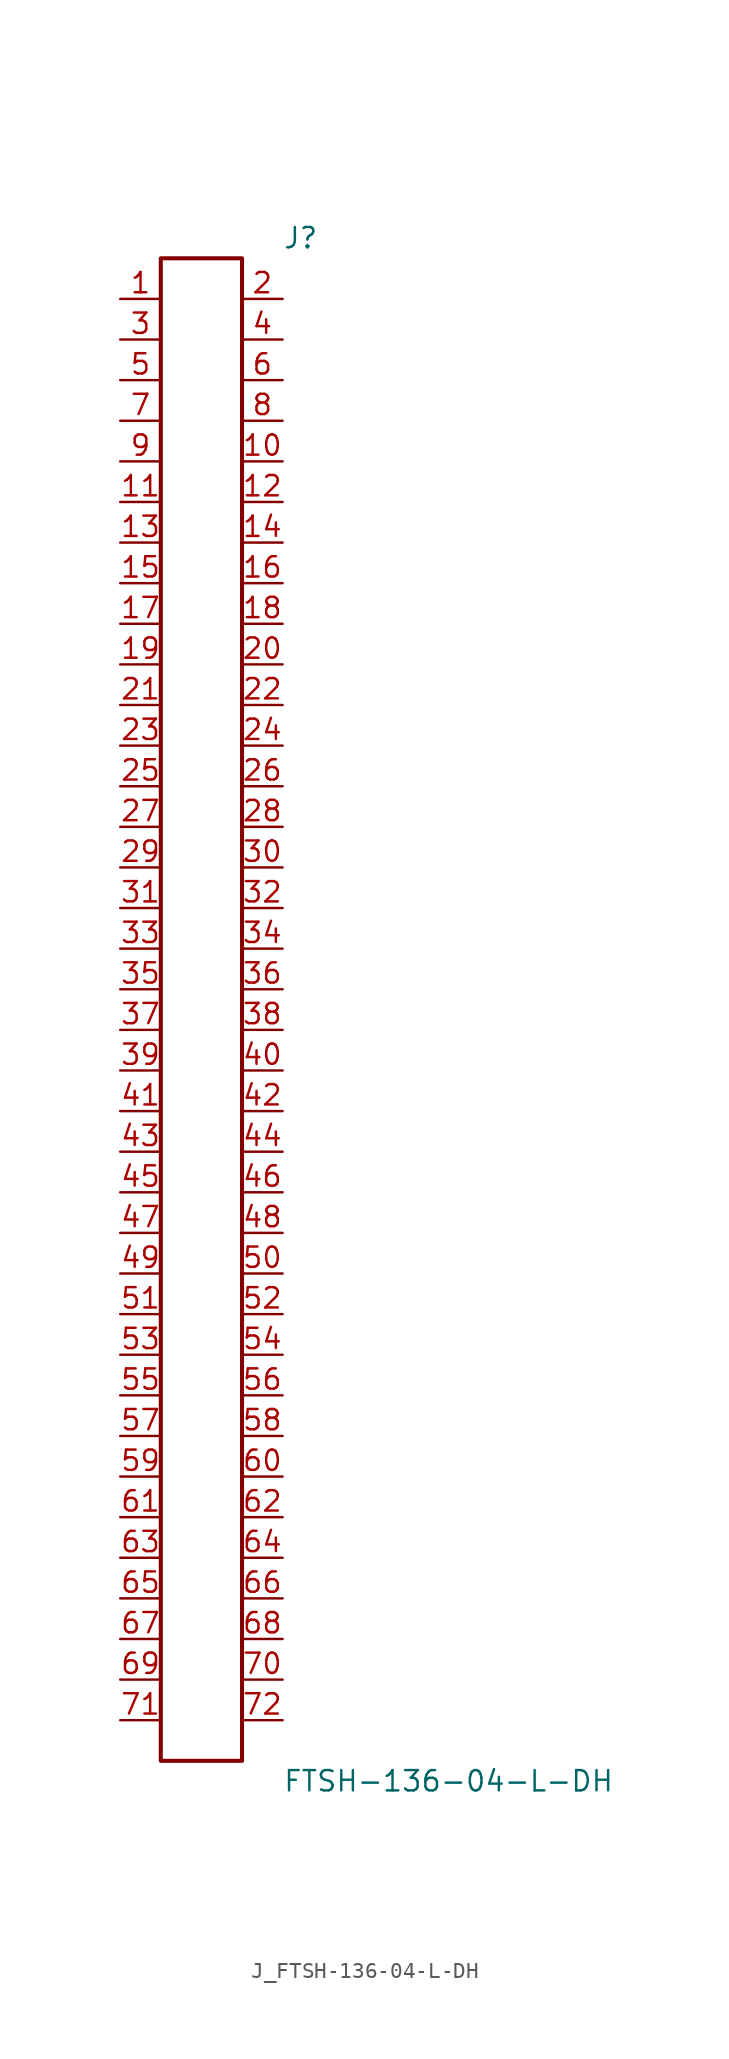
<source format=kicad_sym>
(kicad_symbol_lib
  (version 20231120)
  (generator kicad_symbol_editor)
  (generator_version 8.0)
  (symbol "J_FTSH-136-04-L-DH"
    (pin_names
      (offset 0.254))
    (property "Reference" "J"
      (at 5.08 48.26 0)
      (effects (font (size 1.27 1.27)) (justify left)))
    (property "Value" "FTSH-136-04-L-DH"
      (at 5.08 -48.26 0)
      (effects (font (size 1.27 1.27)) (justify left)))
    (symbol "J_FTSH-136-04-L-DH_0_0"
      (pin unspecified line (at -5.08 44.45 0) (length 2.54) (name "" (effects (font (size 1.27 1.27)))) (number "1" (effects (font (size 1.27 1.27)))))
      (pin unspecified line (at 5.08 44.45 180) (length 2.54) (name "" (effects (font (size 1.27 1.27)))) (number "2" (effects (font (size 1.27 1.27)))))
      (pin unspecified line (at -5.08 41.91 0) (length 2.54) (name "" (effects (font (size 1.27 1.27)))) (number "3" (effects (font (size 1.27 1.27)))))
      (pin unspecified line (at 5.08 41.91 180) (length 2.54) (name "" (effects (font (size 1.27 1.27)))) (number "4" (effects (font (size 1.27 1.27)))))
      (pin unspecified line (at -5.08 39.37 0) (length 2.54) (name "" (effects (font (size 1.27 1.27)))) (number "5" (effects (font (size 1.27 1.27)))))
      (pin unspecified line (at 5.08 39.37 180) (length 2.54) (name "" (effects (font (size 1.27 1.27)))) (number "6" (effects (font (size 1.27 1.27)))))
      (pin unspecified line (at -5.08 36.83 0) (length 2.54) (name "" (effects (font (size 1.27 1.27)))) (number "7" (effects (font (size 1.27 1.27)))))
      (pin unspecified line (at 5.08 36.83 180) (length 2.54) (name "" (effects (font (size 1.27 1.27)))) (number "8" (effects (font (size 1.27 1.27)))))
      (pin unspecified line (at -5.08 34.29 0) (length 2.54) (name "" (effects (font (size 1.27 1.27)))) (number "9" (effects (font (size 1.27 1.27)))))
      (pin unspecified line (at 5.08 34.29 180) (length 2.54) (name "" (effects (font (size 1.27 1.27)))) (number "10" (effects (font (size 1.27 1.27)))))
      (pin unspecified line (at -5.08 31.75 0) (length 2.54) (name "" (effects (font (size 1.27 1.27)))) (number "11" (effects (font (size 1.27 1.27)))))
      (pin unspecified line (at 5.08 31.75 180) (length 2.54) (name "" (effects (font (size 1.27 1.27)))) (number "12" (effects (font (size 1.27 1.27)))))
      (pin unspecified line (at -5.08 29.21 0) (length 2.54) (name "" (effects (font (size 1.27 1.27)))) (number "13" (effects (font (size 1.27 1.27)))))
      (pin unspecified line (at 5.08 29.21 180) (length 2.54) (name "" (effects (font (size 1.27 1.27)))) (number "14" (effects (font (size 1.27 1.27)))))
      (pin unspecified line (at -5.08 26.67 0) (length 2.54) (name "" (effects (font (size 1.27 1.27)))) (number "15" (effects (font (size 1.27 1.27)))))
      (pin unspecified line (at 5.08 26.67 180) (length 2.54) (name "" (effects (font (size 1.27 1.27)))) (number "16" (effects (font (size 1.27 1.27)))))
      (pin unspecified line (at -5.08 24.13 0) (length 2.54) (name "" (effects (font (size 1.27 1.27)))) (number "17" (effects (font (size 1.27 1.27)))))
      (pin unspecified line (at 5.08 24.13 180) (length 2.54) (name "" (effects (font (size 1.27 1.27)))) (number "18" (effects (font (size 1.27 1.27)))))
      (pin unspecified line (at -5.08 21.59 0) (length 2.54) (name "" (effects (font (size 1.27 1.27)))) (number "19" (effects (font (size 1.27 1.27)))))
      (pin unspecified line (at 5.08 21.59 180) (length 2.54) (name "" (effects (font (size 1.27 1.27)))) (number "20" (effects (font (size 1.27 1.27)))))
      (pin unspecified line (at -5.08 19.05 0) (length 2.54) (name "" (effects (font (size 1.27 1.27)))) (number "21" (effects (font (size 1.27 1.27)))))
      (pin unspecified line (at 5.08 19.05 180) (length 2.54) (name "" (effects (font (size 1.27 1.27)))) (number "22" (effects (font (size 1.27 1.27)))))
      (pin unspecified line (at -5.08 16.51 0) (length 2.54) (name "" (effects (font (size 1.27 1.27)))) (number "23" (effects (font (size 1.27 1.27)))))
      (pin unspecified line (at 5.08 16.51 180) (length 2.54) (name "" (effects (font (size 1.27 1.27)))) (number "24" (effects (font (size 1.27 1.27)))))
      (pin unspecified line (at -5.08 13.97 0) (length 2.54) (name "" (effects (font (size 1.27 1.27)))) (number "25" (effects (font (size 1.27 1.27)))))
      (pin unspecified line (at 5.08 13.97 180) (length 2.54) (name "" (effects (font (size 1.27 1.27)))) (number "26" (effects (font (size 1.27 1.27)))))
      (pin unspecified line (at -5.08 11.43 0) (length 2.54) (name "" (effects (font (size 1.27 1.27)))) (number "27" (effects (font (size 1.27 1.27)))))
      (pin unspecified line (at 5.08 11.43 180) (length 2.54) (name "" (effects (font (size 1.27 1.27)))) (number "28" (effects (font (size 1.27 1.27)))))
      (pin unspecified line (at -5.08 8.89 0) (length 2.54) (name "" (effects (font (size 1.27 1.27)))) (number "29" (effects (font (size 1.27 1.27)))))
      (pin unspecified line (at 5.08 8.89 180) (length 2.54) (name "" (effects (font (size 1.27 1.27)))) (number "30" (effects (font (size 1.27 1.27)))))
      (pin unspecified line (at -5.08 6.35 0) (length 2.54) (name "" (effects (font (size 1.27 1.27)))) (number "31" (effects (font (size 1.27 1.27)))))
      (pin unspecified line (at 5.08 6.35 180) (length 2.54) (name "" (effects (font (size 1.27 1.27)))) (number "32" (effects (font (size 1.27 1.27)))))
      (pin unspecified line (at -5.08 3.81 0) (length 2.54) (name "" (effects (font (size 1.27 1.27)))) (number "33" (effects (font (size 1.27 1.27)))))
      (pin unspecified line (at 5.08 3.81 180) (length 2.54) (name "" (effects (font (size 1.27 1.27)))) (number "34" (effects (font (size 1.27 1.27)))))
      (pin unspecified line (at -5.08 1.27 0) (length 2.54) (name "" (effects (font (size 1.27 1.27)))) (number "35" (effects (font (size 1.27 1.27)))))
      (pin unspecified line (at 5.08 1.27 180) (length 2.54) (name "" (effects (font (size 1.27 1.27)))) (number "36" (effects (font (size 1.27 1.27)))))
      (pin unspecified line (at -5.08 -1.27 0) (length 2.54) (name "" (effects (font (size 1.27 1.27)))) (number "37" (effects (font (size 1.27 1.27)))))
      (pin unspecified line (at 5.08 -1.27 180) (length 2.54) (name "" (effects (font (size 1.27 1.27)))) (number "38" (effects (font (size 1.27 1.27)))))
      (pin unspecified line (at -5.08 -3.81 0) (length 2.54) (name "" (effects (font (size 1.27 1.27)))) (number "39" (effects (font (size 1.27 1.27)))))
      (pin unspecified line (at 5.08 -3.81 180) (length 2.54) (name "" (effects (font (size 1.27 1.27)))) (number "40" (effects (font (size 1.27 1.27)))))
      (pin unspecified line (at -5.08 -6.35 0) (length 2.54) (name "" (effects (font (size 1.27 1.27)))) (number "41" (effects (font (size 1.27 1.27)))))
      (pin unspecified line (at 5.08 -6.35 180) (length 2.54) (name "" (effects (font (size 1.27 1.27)))) (number "42" (effects (font (size 1.27 1.27)))))
      (pin unspecified line (at -5.08 -8.89 0) (length 2.54) (name "" (effects (font (size 1.27 1.27)))) (number "43" (effects (font (size 1.27 1.27)))))
      (pin unspecified line (at 5.08 -8.89 180) (length 2.54) (name "" (effects (font (size 1.27 1.27)))) (number "44" (effects (font (size 1.27 1.27)))))
      (pin unspecified line (at -5.08 -11.43 0) (length 2.54) (name "" (effects (font (size 1.27 1.27)))) (number "45" (effects (font (size 1.27 1.27)))))
      (pin unspecified line (at 5.08 -11.43 180) (length 2.54) (name "" (effects (font (size 1.27 1.27)))) (number "46" (effects (font (size 1.27 1.27)))))
      (pin unspecified line (at -5.08 -13.97 0) (length 2.54) (name "" (effects (font (size 1.27 1.27)))) (number "47" (effects (font (size 1.27 1.27)))))
      (pin unspecified line (at 5.08 -13.97 180) (length 2.54) (name "" (effects (font (size 1.27 1.27)))) (number "48" (effects (font (size 1.27 1.27)))))
      (pin unspecified line (at -5.08 -16.51 0) (length 2.54) (name "" (effects (font (size 1.27 1.27)))) (number "49" (effects (font (size 1.27 1.27)))))
      (pin unspecified line (at 5.08 -16.51 180) (length 2.54) (name "" (effects (font (size 1.27 1.27)))) (number "50" (effects (font (size 1.27 1.27)))))
      (pin unspecified line (at -5.08 -19.05 0) (length 2.54) (name "" (effects (font (size 1.27 1.27)))) (number "51" (effects (font (size 1.27 1.27)))))
      (pin unspecified line (at 5.08 -19.05 180) (length 2.54) (name "" (effects (font (size 1.27 1.27)))) (number "52" (effects (font (size 1.27 1.27)))))
      (pin unspecified line (at -5.08 -21.59 0) (length 2.54) (name "" (effects (font (size 1.27 1.27)))) (number "53" (effects (font (size 1.27 1.27)))))
      (pin unspecified line (at 5.08 -21.59 180) (length 2.54) (name "" (effects (font (size 1.27 1.27)))) (number "54" (effects (font (size 1.27 1.27)))))
      (pin unspecified line (at -5.08 -24.13 0) (length 2.54) (name "" (effects (font (size 1.27 1.27)))) (number "55" (effects (font (size 1.27 1.27)))))
      (pin unspecified line (at 5.08 -24.13 180) (length 2.54) (name "" (effects (font (size 1.27 1.27)))) (number "56" (effects (font (size 1.27 1.27)))))
      (pin unspecified line (at -5.08 -26.67 0) (length 2.54) (name "" (effects (font (size 1.27 1.27)))) (number "57" (effects (font (size 1.27 1.27)))))
      (pin unspecified line (at 5.08 -26.67 180) (length 2.54) (name "" (effects (font (size 1.27 1.27)))) (number "58" (effects (font (size 1.27 1.27)))))
      (pin unspecified line (at -5.08 -29.21 0) (length 2.54) (name "" (effects (font (size 1.27 1.27)))) (number "59" (effects (font (size 1.27 1.27)))))
      (pin unspecified line (at 5.08 -29.21 180) (length 2.54) (name "" (effects (font (size 1.27 1.27)))) (number "60" (effects (font (size 1.27 1.27)))))
      (pin unspecified line (at -5.08 -31.75 0) (length 2.54) (name "" (effects (font (size 1.27 1.27)))) (number "61" (effects (font (size 1.27 1.27)))))
      (pin unspecified line (at 5.08 -31.75 180) (length 2.54) (name "" (effects (font (size 1.27 1.27)))) (number "62" (effects (font (size 1.27 1.27)))))
      (pin unspecified line (at -5.08 -34.29 0) (length 2.54) (name "" (effects (font (size 1.27 1.27)))) (number "63" (effects (font (size 1.27 1.27)))))
      (pin unspecified line (at 5.08 -34.29 180) (length 2.54) (name "" (effects (font (size 1.27 1.27)))) (number "64" (effects (font (size 1.27 1.27)))))
      (pin unspecified line (at -5.08 -36.83 0) (length 2.54) (name "" (effects (font (size 1.27 1.27)))) (number "65" (effects (font (size 1.27 1.27)))))
      (pin unspecified line (at 5.08 -36.83 180) (length 2.54) (name "" (effects (font (size 1.27 1.27)))) (number "66" (effects (font (size 1.27 1.27)))))
      (pin unspecified line (at -5.08 -39.37 0) (length 2.54) (name "" (effects (font (size 1.27 1.27)))) (number "67" (effects (font (size 1.27 1.27)))))
      (pin unspecified line (at 5.08 -39.37 180) (length 2.54) (name "" (effects (font (size 1.27 1.27)))) (number "68" (effects (font (size 1.27 1.27)))))
      (pin unspecified line (at -5.08 -41.91 0) (length 2.54) (name "" (effects (font (size 1.27 1.27)))) (number "69" (effects (font (size 1.27 1.27)))))
      (pin unspecified line (at 5.08 -41.91 180) (length 2.54) (name "" (effects (font (size 1.27 1.27)))) (number "70" (effects (font (size 1.27 1.27)))))
      (pin unspecified line (at -5.08 -44.45 0) (length 2.54) (name "" (effects (font (size 1.27 1.27)))) (number "71" (effects (font (size 1.27 1.27)))))
      (pin unspecified line (at 5.08 -44.45 180) (length 2.54) (name "" (effects (font (size 1.27 1.27)))) (number "72" (effects (font (size 1.27 1.27))))))
    (symbol "J_FTSH-136-04-L-DH_1_0"
      (rectangle (start -2.54 46.99) (end 2.54 -46.99) (stroke (width 0.254) (type solid)) (fill (type none))))))
</source>
